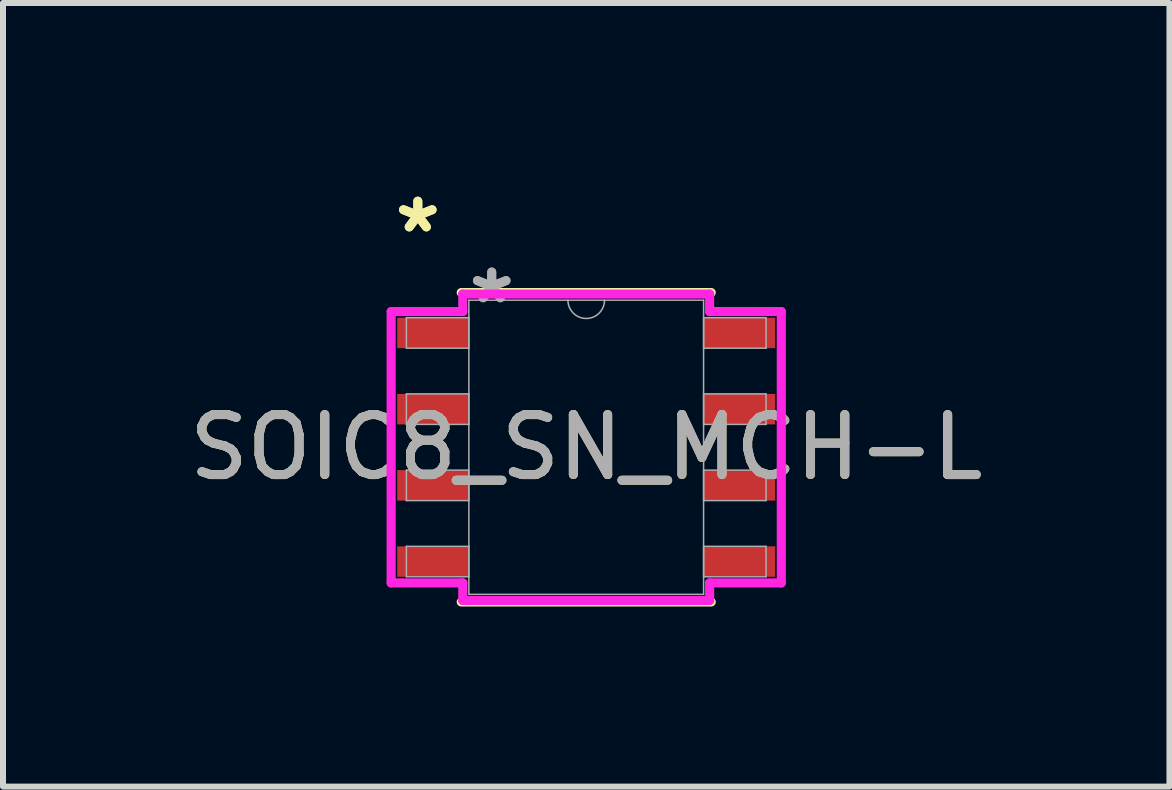
<source format=kicad_pcb>
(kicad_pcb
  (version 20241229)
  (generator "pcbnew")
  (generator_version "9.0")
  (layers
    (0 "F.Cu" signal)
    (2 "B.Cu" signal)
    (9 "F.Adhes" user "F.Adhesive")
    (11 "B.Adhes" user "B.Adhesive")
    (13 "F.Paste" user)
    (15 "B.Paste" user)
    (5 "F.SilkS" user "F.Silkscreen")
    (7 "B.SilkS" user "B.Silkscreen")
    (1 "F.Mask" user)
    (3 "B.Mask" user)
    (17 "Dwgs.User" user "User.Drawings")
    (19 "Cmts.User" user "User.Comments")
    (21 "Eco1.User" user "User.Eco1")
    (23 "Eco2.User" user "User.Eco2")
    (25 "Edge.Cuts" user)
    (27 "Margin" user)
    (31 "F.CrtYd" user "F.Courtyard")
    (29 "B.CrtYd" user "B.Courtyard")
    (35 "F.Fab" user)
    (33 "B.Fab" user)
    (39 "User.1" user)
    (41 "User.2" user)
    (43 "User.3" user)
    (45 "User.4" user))
  (footprint "SOIC8_SN_MCH-L"
    (layer "F.Cu")
    (at 6.72 4.404)
    (property "Reference" "SOIC8_SN_MCH-L" (at 0 0 0) (unlocked yes) (layer "F.SilkS") (effects (font (size 1 1) (thickness 0.15))))
    (attr smd)
    (fp_line (start -2.083 2.578) (end 2.083 2.578) (stroke (width 0.152) (type solid)) (layer "F.SilkS"))
    (fp_line (start 2.083 -2.578) (end -2.083 -2.578) (stroke (width 0.152) (type solid)) (layer "F.SilkS"))
    (fp_line (start -3.251 -2.261) (end -2.057 -2.261) (stroke (width 0.152) (type solid)) (layer "F.CrtYd"))
    (fp_line (start -3.251 2.261) (end -3.251 -2.261) (stroke (width 0.152) (type solid)) (layer "F.CrtYd"))
    (fp_line (start -3.251 2.261) (end -2.057 2.261) (stroke (width 0.152) (type solid)) (layer "F.CrtYd"))
    (fp_line (start -2.057 -2.553) (end 2.057 -2.553) (stroke (width 0.152) (type solid)) (layer "F.CrtYd"))
    (fp_line (start -2.057 -2.261) (end -2.057 -2.553) (stroke (width 0.152) (type solid)) (layer "F.CrtYd"))
    (fp_line (start -2.057 2.553) (end -2.057 2.261) (stroke (width 0.152) (type solid)) (layer "F.CrtYd"))
    (fp_line (start 2.057 -2.553) (end 2.057 -2.261) (stroke (width 0.152) (type solid)) (layer "F.CrtYd"))
    (fp_line (start 2.057 2.261) (end 2.057 2.553) (stroke (width 0.152) (type solid)) (layer "F.CrtYd"))
    (fp_line (start 2.057 2.553) (end -2.057 2.553) (stroke (width 0.152) (type solid)) (layer "F.CrtYd"))
    (fp_line (start 3.251 -2.261) (end 2.057 -2.261) (stroke (width 0.152) (type solid)) (layer "F.CrtYd"))
    (fp_line (start 3.251 -2.261) (end 3.251 2.261) (stroke (width 0.152) (type solid)) (layer "F.CrtYd"))
    (fp_line (start 3.251 2.261) (end 2.057 2.261) (stroke (width 0.152) (type solid)) (layer "F.CrtYd"))
    (fp_line (start -2.997 -2.159) (end -2.997 -1.651) (stroke (width 0.025) (type solid)) (layer "F.Fab"))
    (fp_line (start -2.997 -1.651) (end -1.956 -1.651) (stroke (width 0.025) (type solid)) (layer "F.Fab"))
    (fp_line (start -2.997 -0.889) (end -2.997 -0.381) (stroke (width 0.025) (type solid)) (layer "F.Fab"))
    (fp_line (start -2.997 -0.381) (end -1.956 -0.381) (stroke (width 0.025) (type solid)) (layer "F.Fab"))
    (fp_line (start -2.997 0.381) (end -2.997 0.889) (stroke (width 0.025) (type solid)) (layer "F.Fab"))
    (fp_line (start -2.997 0.889) (end -1.956 0.889) (stroke (width 0.025) (type solid)) (layer "F.Fab"))
    (fp_line (start -2.997 1.651) (end -2.997 2.159) (stroke (width 0.025) (type solid)) (layer "F.Fab"))
    (fp_line (start -2.997 2.159) (end -1.956 2.159) (stroke (width 0.025) (type solid)) (layer "F.Fab"))
    (fp_line (start -1.956 -2.451) (end -1.956 2.451) (stroke (width 0.025) (type solid)) (layer "F.Fab"))
    (fp_line (start -1.956 -2.159) (end -2.997 -2.159) (stroke (width 0.025) (type solid)) (layer "F.Fab"))
    (fp_line (start -1.956 -1.651) (end -1.956 -2.159) (stroke (width 0.025) (type solid)) (layer "F.Fab"))
    (fp_line (start -1.956 -0.889) (end -2.997 -0.889) (stroke (width 0.025) (type solid)) (layer "F.Fab"))
    (fp_line (start -1.956 -0.381) (end -1.956 -0.889) (stroke (width 0.025) (type solid)) (layer "F.Fab"))
    (fp_line (start -1.956 0.381) (end -2.997 0.381) (stroke (width 0.025) (type solid)) (layer "F.Fab"))
    (fp_line (start -1.956 0.889) (end -1.956 0.381) (stroke (width 0.025) (type solid)) (layer "F.Fab"))
    (fp_line (start -1.956 1.651) (end -2.997 1.651) (stroke (width 0.025) (type solid)) (layer "F.Fab"))
    (fp_line (start -1.956 2.159) (end -1.956 1.651) (stroke (width 0.025) (type solid)) (layer "F.Fab"))
    (fp_line (start -1.956 2.451) (end 1.956 2.451) (stroke (width 0.025) (type solid)) (layer "F.Fab"))
    (fp_line (start 1.956 -2.451) (end -1.956 -2.451) (stroke (width 0.025) (type solid)) (layer "F.Fab"))
    (fp_line (start 1.956 -2.159) (end 1.956 -1.651) (stroke (width 0.025) (type solid)) (layer "F.Fab"))
    (fp_line (start 1.956 -1.651) (end 2.997 -1.651) (stroke (width 0.025) (type solid)) (layer "F.Fab"))
    (fp_line (start 1.956 -0.889) (end 1.956 -0.381) (stroke (width 0.025) (type solid)) (layer "F.Fab"))
    (fp_line (start 1.956 -0.381) (end 2.997 -0.381) (stroke (width 0.025) (type solid)) (layer "F.Fab"))
    (fp_line (start 1.956 0.381) (end 1.956 0.889) (stroke (width 0.025) (type solid)) (layer "F.Fab"))
    (fp_line (start 1.956 0.889) (end 2.997 0.889) (stroke (width 0.025) (type solid)) (layer "F.Fab"))
    (fp_line (start 1.956 1.651) (end 1.956 2.159) (stroke (width 0.025) (type solid)) (layer "F.Fab"))
    (fp_line (start 1.956 2.159) (end 2.997 2.159) (stroke (width 0.025) (type solid)) (layer "F.Fab"))
    (fp_line (start 1.956 2.451) (end 1.956 -2.451) (stroke (width 0.025) (type solid)) (layer "F.Fab"))
    (fp_line (start 2.997 -2.159) (end 1.956 -2.159) (stroke (width 0.025) (type solid)) (layer "F.Fab"))
    (fp_line (start 2.997 -1.651) (end 2.997 -2.159) (stroke (width 0.025) (type solid)) (layer "F.Fab"))
    (fp_line (start 2.997 -0.889) (end 1.956 -0.889) (stroke (width 0.025) (type solid)) (layer "F.Fab"))
    (fp_line (start 2.997 -0.381) (end 2.997 -0.889) (stroke (width 0.025) (type solid)) (layer "F.Fab"))
    (fp_line (start 2.997 0.381) (end 1.956 0.381) (stroke (width 0.025) (type solid)) (layer "F.Fab"))
    (fp_line (start 2.997 0.889) (end 2.997 0.381) (stroke (width 0.025) (type solid)) (layer "F.Fab"))
    (fp_line (start 2.997 1.651) (end 1.956 1.651) (stroke (width 0.025) (type solid)) (layer "F.Fab"))
    (fp_line (start 2.997 2.159) (end 2.997 1.651) (stroke (width 0.025) (type solid)) (layer "F.Fab"))
    (fp_arc (start 0.3048 -2.4511) (mid 0 -2.1463) (end -0.3048 -2.4511) (stroke (width 0.0254) (type solid)) (layer "F.Fab"))
    (fp_text user "*" (at -2.807 -3.556 0) (unlocked yes) (layer "F.SilkS") (effects (font (size 1 1) (thickness 0.15))))
    (fp_text user "*" (at -2.807 -3.556 0) (layer "F.SilkS") (effects (font (size 1 1) (thickness 0.15))))
    (fp_text user "${REFERENCE}" (at 0 0 0) (unlocked yes) (layer "F.Fab") (effects (font (size 1 1) (thickness 0.15))))
    (fp_text user "*" (at -1.575 -2.375 0) (unlocked yes) (layer "F.Fab") (effects (font (size 1 1) (thickness 0.15))))
    (fp_text user "*" (at -1.575 -2.375 0) (layer "F.Fab") (effects (font (size 1 1) (thickness 0.15))))
    (pad "1" smd rect (at -2.553 -1.905) (size 1.194 0.508) (layers "F.Cu" "F.Mask" "F.Paste"))
    (pad "2" smd rect (at -2.553 -0.635) (size 1.194 0.508) (layers "F.Cu" "F.Mask" "F.Paste"))
    (pad "3" smd rect (at -2.553 0.635) (size 1.194 0.508) (layers "F.Cu" "F.Mask" "F.Paste"))
    (pad "4" smd rect (at -2.553 1.905) (size 1.194 0.508) (layers "F.Cu" "F.Mask" "F.Paste"))
    (pad "5" smd rect (at 2.553 1.905) (size 1.194 0.508) (layers "F.Cu" "F.Mask" "F.Paste"))
    (pad "6" smd rect (at 2.553 0.635) (size 1.194 0.508) (layers "F.Cu" "F.Mask" "F.Paste"))
    (pad "7" smd rect (at 2.553 -0.635) (size 1.194 0.508) (layers "F.Cu" "F.Mask" "F.Paste"))
    (pad "8" smd rect (at 2.553 -1.905) (size 1.194 0.508) (layers "F.Cu" "F.Mask" "F.Paste")))
  (gr_rect
    (start -3 -3)
    (end 16.44 10.059)
    (stroke (width 0.1) (type default))
    (fill no)
    (layer "Edge.Cuts")))
</source>
